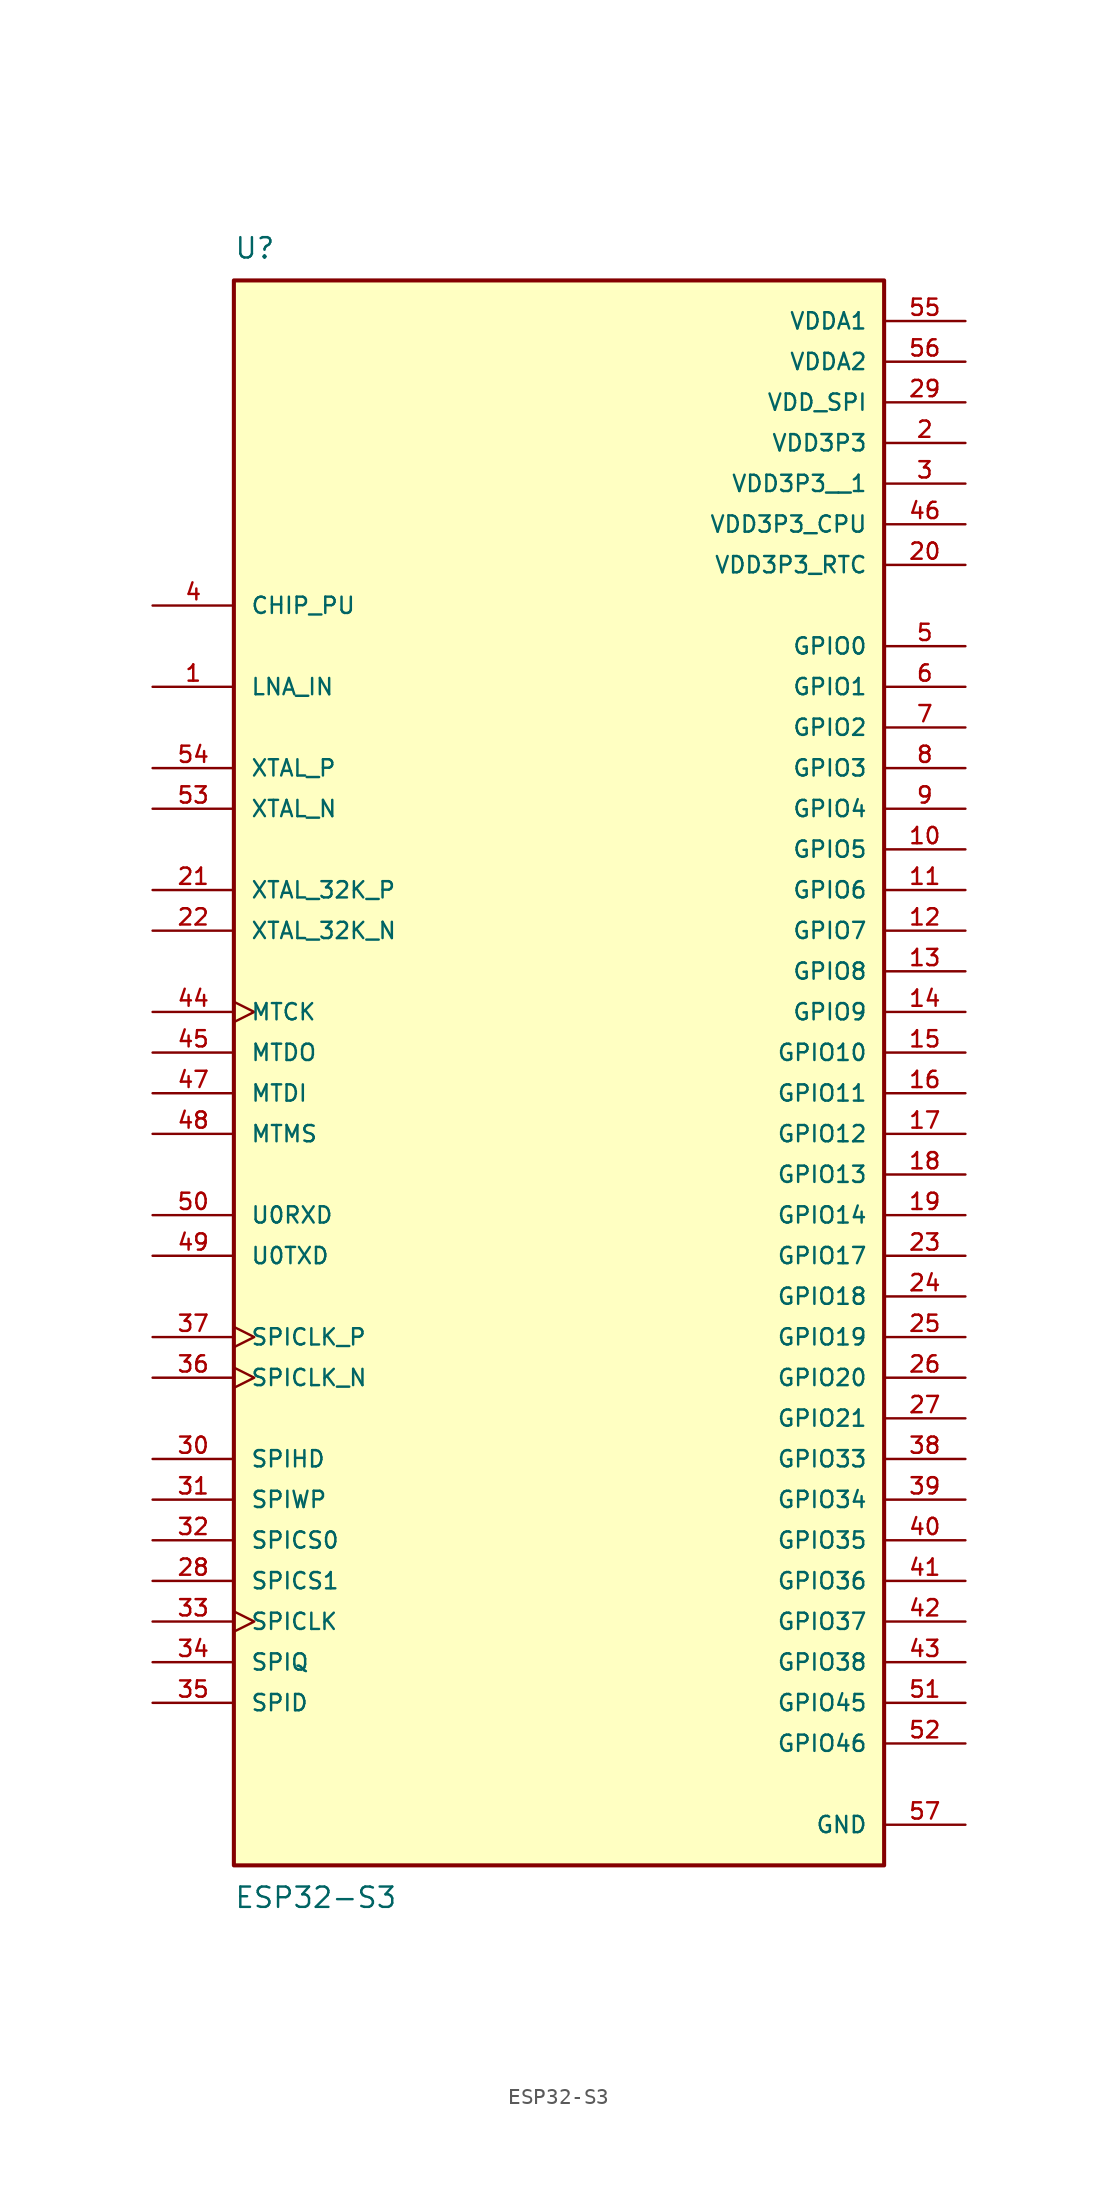
<source format=kicad_sym>
(kicad_symbol_lib
  (version 20241209)
  (generator "kicad_symbol_editor")
  (generator_version "9.0")
  (symbol "ESP32-S3"
    (pin_names
      (offset 1.016))
    (property "Reference" "U"
      (at -20.32 49.53 0)
      (effects (font (size 1.27 1.27)) (justify left bottom)))
    (property "Value" "ESP32-S3"
      (at -20.32 -52.07 0)
      (effects (font (size 1.27 1.27)) (justify left top)))
    (symbol "ESP32-S3_0_0"
      (rectangle (start -20.32 -50.8) (end 20.32 48.26) (stroke (width 0.254) (type default)) (fill (type background)))
      (pin input line (at -25.4 27.94 0) (length 5.08) (name "CHIP_PU" (effects (font (size 1.016 1.016)))) (number "4" (effects (font (size 1.016 1.016)))))
      (pin bidirectional line (at -25.4 22.86 0) (length 5.08) (name "LNA_IN" (effects (font (size 1.016 1.016)))) (number "1" (effects (font (size 1.016 1.016)))))
      (pin input line (at -25.4 17.78 0) (length 5.08) (name "XTAL_P" (effects (font (size 1.016 1.016)))) (number "54" (effects (font (size 1.016 1.016)))))
      (pin output line (at -25.4 15.24 0) (length 5.08) (name "XTAL_N" (effects (font (size 1.016 1.016)))) (number "53" (effects (font (size 1.016 1.016)))))
      (pin bidirectional line (at -25.4 10.16 0) (length 5.08) (name "XTAL_32K_P" (effects (font (size 1.016 1.016)))) (number "21" (effects (font (size 1.016 1.016)))))
      (pin bidirectional line (at -25.4 7.62 0) (length 5.08) (name "XTAL_32K_N" (effects (font (size 1.016 1.016)))) (number "22" (effects (font (size 1.016 1.016)))))
      (pin bidirectional clock (at -25.4 2.54 0) (length 5.08) (name "MTCK" (effects (font (size 1.016 1.016)))) (number "44" (effects (font (size 1.016 1.016)))))
      (pin bidirectional line (at -25.4 0 0) (length 5.08) (name "MTDO" (effects (font (size 1.016 1.016)))) (number "45" (effects (font (size 1.016 1.016)))))
      (pin bidirectional line (at -25.4 -2.54 0) (length 5.08) (name "MTDI" (effects (font (size 1.016 1.016)))) (number "47" (effects (font (size 1.016 1.016)))))
      (pin bidirectional line (at -25.4 -5.08 0) (length 5.08) (name "MTMS" (effects (font (size 1.016 1.016)))) (number "48" (effects (font (size 1.016 1.016)))))
      (pin bidirectional line (at -25.4 -10.16 0) (length 5.08) (name "U0RXD" (effects (font (size 1.016 1.016)))) (number "50" (effects (font (size 1.016 1.016)))))
      (pin bidirectional line (at -25.4 -12.7 0) (length 5.08) (name "U0TXD" (effects (font (size 1.016 1.016)))) (number "49" (effects (font (size 1.016 1.016)))))
      (pin bidirectional clock (at -25.4 -17.78 0) (length 5.08) (name "SPICLK_P" (effects (font (size 1.016 1.016)))) (number "37" (effects (font (size 1.016 1.016)))))
      (pin bidirectional clock (at -25.4 -20.32 0) (length 5.08) (name "SPICLK_N" (effects (font (size 1.016 1.016)))) (number "36" (effects (font (size 1.016 1.016)))))
      (pin bidirectional line (at -25.4 -25.4 0) (length 5.08) (name "SPIHD" (effects (font (size 1.016 1.016)))) (number "30" (effects (font (size 1.016 1.016)))))
      (pin bidirectional line (at -25.4 -27.94 0) (length 5.08) (name "SPIWP" (effects (font (size 1.016 1.016)))) (number "31" (effects (font (size 1.016 1.016)))))
      (pin bidirectional line (at -25.4 -30.48 0) (length 5.08) (name "SPICS0" (effects (font (size 1.016 1.016)))) (number "32" (effects (font (size 1.016 1.016)))))
      (pin bidirectional line (at -25.4 -33.02 0) (length 5.08) (name "SPICS1" (effects (font (size 1.016 1.016)))) (number "28" (effects (font (size 1.016 1.016)))))
      (pin bidirectional clock (at -25.4 -35.56 0) (length 5.08) (name "SPICLK" (effects (font (size 1.016 1.016)))) (number "33" (effects (font (size 1.016 1.016)))))
      (pin bidirectional line (at -25.4 -38.1 0) (length 5.08) (name "SPIQ" (effects (font (size 1.016 1.016)))) (number "34" (effects (font (size 1.016 1.016)))))
      (pin bidirectional line (at -25.4 -40.64 0) (length 5.08) (name "SPID" (effects (font (size 1.016 1.016)))) (number "35" (effects (font (size 1.016 1.016)))))
      (pin power_in line (at 25.4 45.72 180) (length 5.08) (name "VDDA1" (effects (font (size 1.016 1.016)))) (number "55" (effects (font (size 1.016 1.016)))))
      (pin power_in line (at 25.4 43.18 180) (length 5.08) (name "VDDA2" (effects (font (size 1.016 1.016)))) (number "56" (effects (font (size 1.016 1.016)))))
      (pin power_in line (at 25.4 40.64 180) (length 5.08) (name "VDD_SPI" (effects (font (size 1.016 1.016)))) (number "29" (effects (font (size 1.016 1.016)))))
      (pin power_in line (at 25.4 38.1 180) (length 5.08) (name "VDD3P3" (effects (font (size 1.016 1.016)))) (number "2" (effects (font (size 1.016 1.016)))))
      (pin power_in line (at 25.4 35.56 180) (length 5.08) (name "VDD3P3__1" (effects (font (size 1.016 1.016)))) (number "3" (effects (font (size 1.016 1.016)))))
      (pin power_in line (at 25.4 33.02 180) (length 5.08) (name "VDD3P3_CPU" (effects (font (size 1.016 1.016)))) (number "46" (effects (font (size 1.016 1.016)))))
      (pin power_in line (at 25.4 30.48 180) (length 5.08) (name "VDD3P3_RTC" (effects (font (size 1.016 1.016)))) (number "20" (effects (font (size 1.016 1.016)))))
      (pin bidirectional line (at 25.4 25.4 180) (length 5.08) (name "GPIO0" (effects (font (size 1.016 1.016)))) (number "5" (effects (font (size 1.016 1.016)))))
      (pin bidirectional line (at 25.4 22.86 180) (length 5.08) (name "GPIO1" (effects (font (size 1.016 1.016)))) (number "6" (effects (font (size 1.016 1.016)))))
      (pin bidirectional line (at 25.4 20.32 180) (length 5.08) (name "GPIO2" (effects (font (size 1.016 1.016)))) (number "7" (effects (font (size 1.016 1.016)))))
      (pin bidirectional line (at 25.4 17.78 180) (length 5.08) (name "GPIO3" (effects (font (size 1.016 1.016)))) (number "8" (effects (font (size 1.016 1.016)))))
      (pin bidirectional line (at 25.4 15.24 180) (length 5.08) (name "GPIO4" (effects (font (size 1.016 1.016)))) (number "9" (effects (font (size 1.016 1.016)))))
      (pin bidirectional line (at 25.4 12.7 180) (length 5.08) (name "GPIO5" (effects (font (size 1.016 1.016)))) (number "10" (effects (font (size 1.016 1.016)))))
      (pin bidirectional line (at 25.4 10.16 180) (length 5.08) (name "GPIO6" (effects (font (size 1.016 1.016)))) (number "11" (effects (font (size 1.016 1.016)))))
      (pin bidirectional line (at 25.4 7.62 180) (length 5.08) (name "GPIO7" (effects (font (size 1.016 1.016)))) (number "12" (effects (font (size 1.016 1.016)))))
      (pin bidirectional line (at 25.4 5.08 180) (length 5.08) (name "GPIO8" (effects (font (size 1.016 1.016)))) (number "13" (effects (font (size 1.016 1.016)))))
      (pin bidirectional line (at 25.4 2.54 180) (length 5.08) (name "GPIO9" (effects (font (size 1.016 1.016)))) (number "14" (effects (font (size 1.016 1.016)))))
      (pin bidirectional line (at 25.4 0 180) (length 5.08) (name "GPIO10" (effects (font (size 1.016 1.016)))) (number "15" (effects (font (size 1.016 1.016)))))
      (pin bidirectional line (at 25.4 -2.54 180) (length 5.08) (name "GPIO11" (effects (font (size 1.016 1.016)))) (number "16" (effects (font (size 1.016 1.016)))))
      (pin bidirectional line (at 25.4 -5.08 180) (length 5.08) (name "GPIO12" (effects (font (size 1.016 1.016)))) (number "17" (effects (font (size 1.016 1.016)))))
      (pin bidirectional line (at 25.4 -7.62 180) (length 5.08) (name "GPIO13" (effects (font (size 1.016 1.016)))) (number "18" (effects (font (size 1.016 1.016)))))
      (pin bidirectional line (at 25.4 -10.16 180) (length 5.08) (name "GPIO14" (effects (font (size 1.016 1.016)))) (number "19" (effects (font (size 1.016 1.016)))))
      (pin bidirectional line (at 25.4 -12.7 180) (length 5.08) (name "GPIO17" (effects (font (size 1.016 1.016)))) (number "23" (effects (font (size 1.016 1.016)))))
      (pin bidirectional line (at 25.4 -15.24 180) (length 5.08) (name "GPIO18" (effects (font (size 1.016 1.016)))) (number "24" (effects (font (size 1.016 1.016)))))
      (pin bidirectional line (at 25.4 -17.78 180) (length 5.08) (name "GPIO19" (effects (font (size 1.016 1.016)))) (number "25" (effects (font (size 1.016 1.016)))))
      (pin bidirectional line (at 25.4 -20.32 180) (length 5.08) (name "GPIO20" (effects (font (size 1.016 1.016)))) (number "26" (effects (font (size 1.016 1.016)))))
      (pin bidirectional line (at 25.4 -22.86 180) (length 5.08) (name "GPIO21" (effects (font (size 1.016 1.016)))) (number "27" (effects (font (size 1.016 1.016)))))
      (pin bidirectional line (at 25.4 -25.4 180) (length 5.08) (name "GPIO33" (effects (font (size 1.016 1.016)))) (number "38" (effects (font (size 1.016 1.016)))))
      (pin bidirectional line (at 25.4 -27.94 180) (length 5.08) (name "GPIO34" (effects (font (size 1.016 1.016)))) (number "39" (effects (font (size 1.016 1.016)))))
      (pin bidirectional line (at 25.4 -30.48 180) (length 5.08) (name "GPIO35" (effects (font (size 1.016 1.016)))) (number "40" (effects (font (size 1.016 1.016)))))
      (pin bidirectional line (at 25.4 -33.02 180) (length 5.08) (name "GPIO36" (effects (font (size 1.016 1.016)))) (number "41" (effects (font (size 1.016 1.016)))))
      (pin bidirectional line (at 25.4 -35.56 180) (length 5.08) (name "GPIO37" (effects (font (size 1.016 1.016)))) (number "42" (effects (font (size 1.016 1.016)))))
      (pin bidirectional line (at 25.4 -38.1 180) (length 5.08) (name "GPIO38" (effects (font (size 1.016 1.016)))) (number "43" (effects (font (size 1.016 1.016)))))
      (pin bidirectional line (at 25.4 -40.64 180) (length 5.08) (name "GPIO45" (effects (font (size 1.016 1.016)))) (number "51" (effects (font (size 1.016 1.016)))))
      (pin bidirectional line (at 25.4 -43.18 180) (length 5.08) (name "GPIO46" (effects (font (size 1.016 1.016)))) (number "52" (effects (font (size 1.016 1.016)))))
      (pin power_in line (at 25.4 -48.26 180) (length 5.08) (name "GND" (effects (font (size 1.016 1.016)))) (number "57" (effects (font (size 1.016 1.016))))))))
</source>
